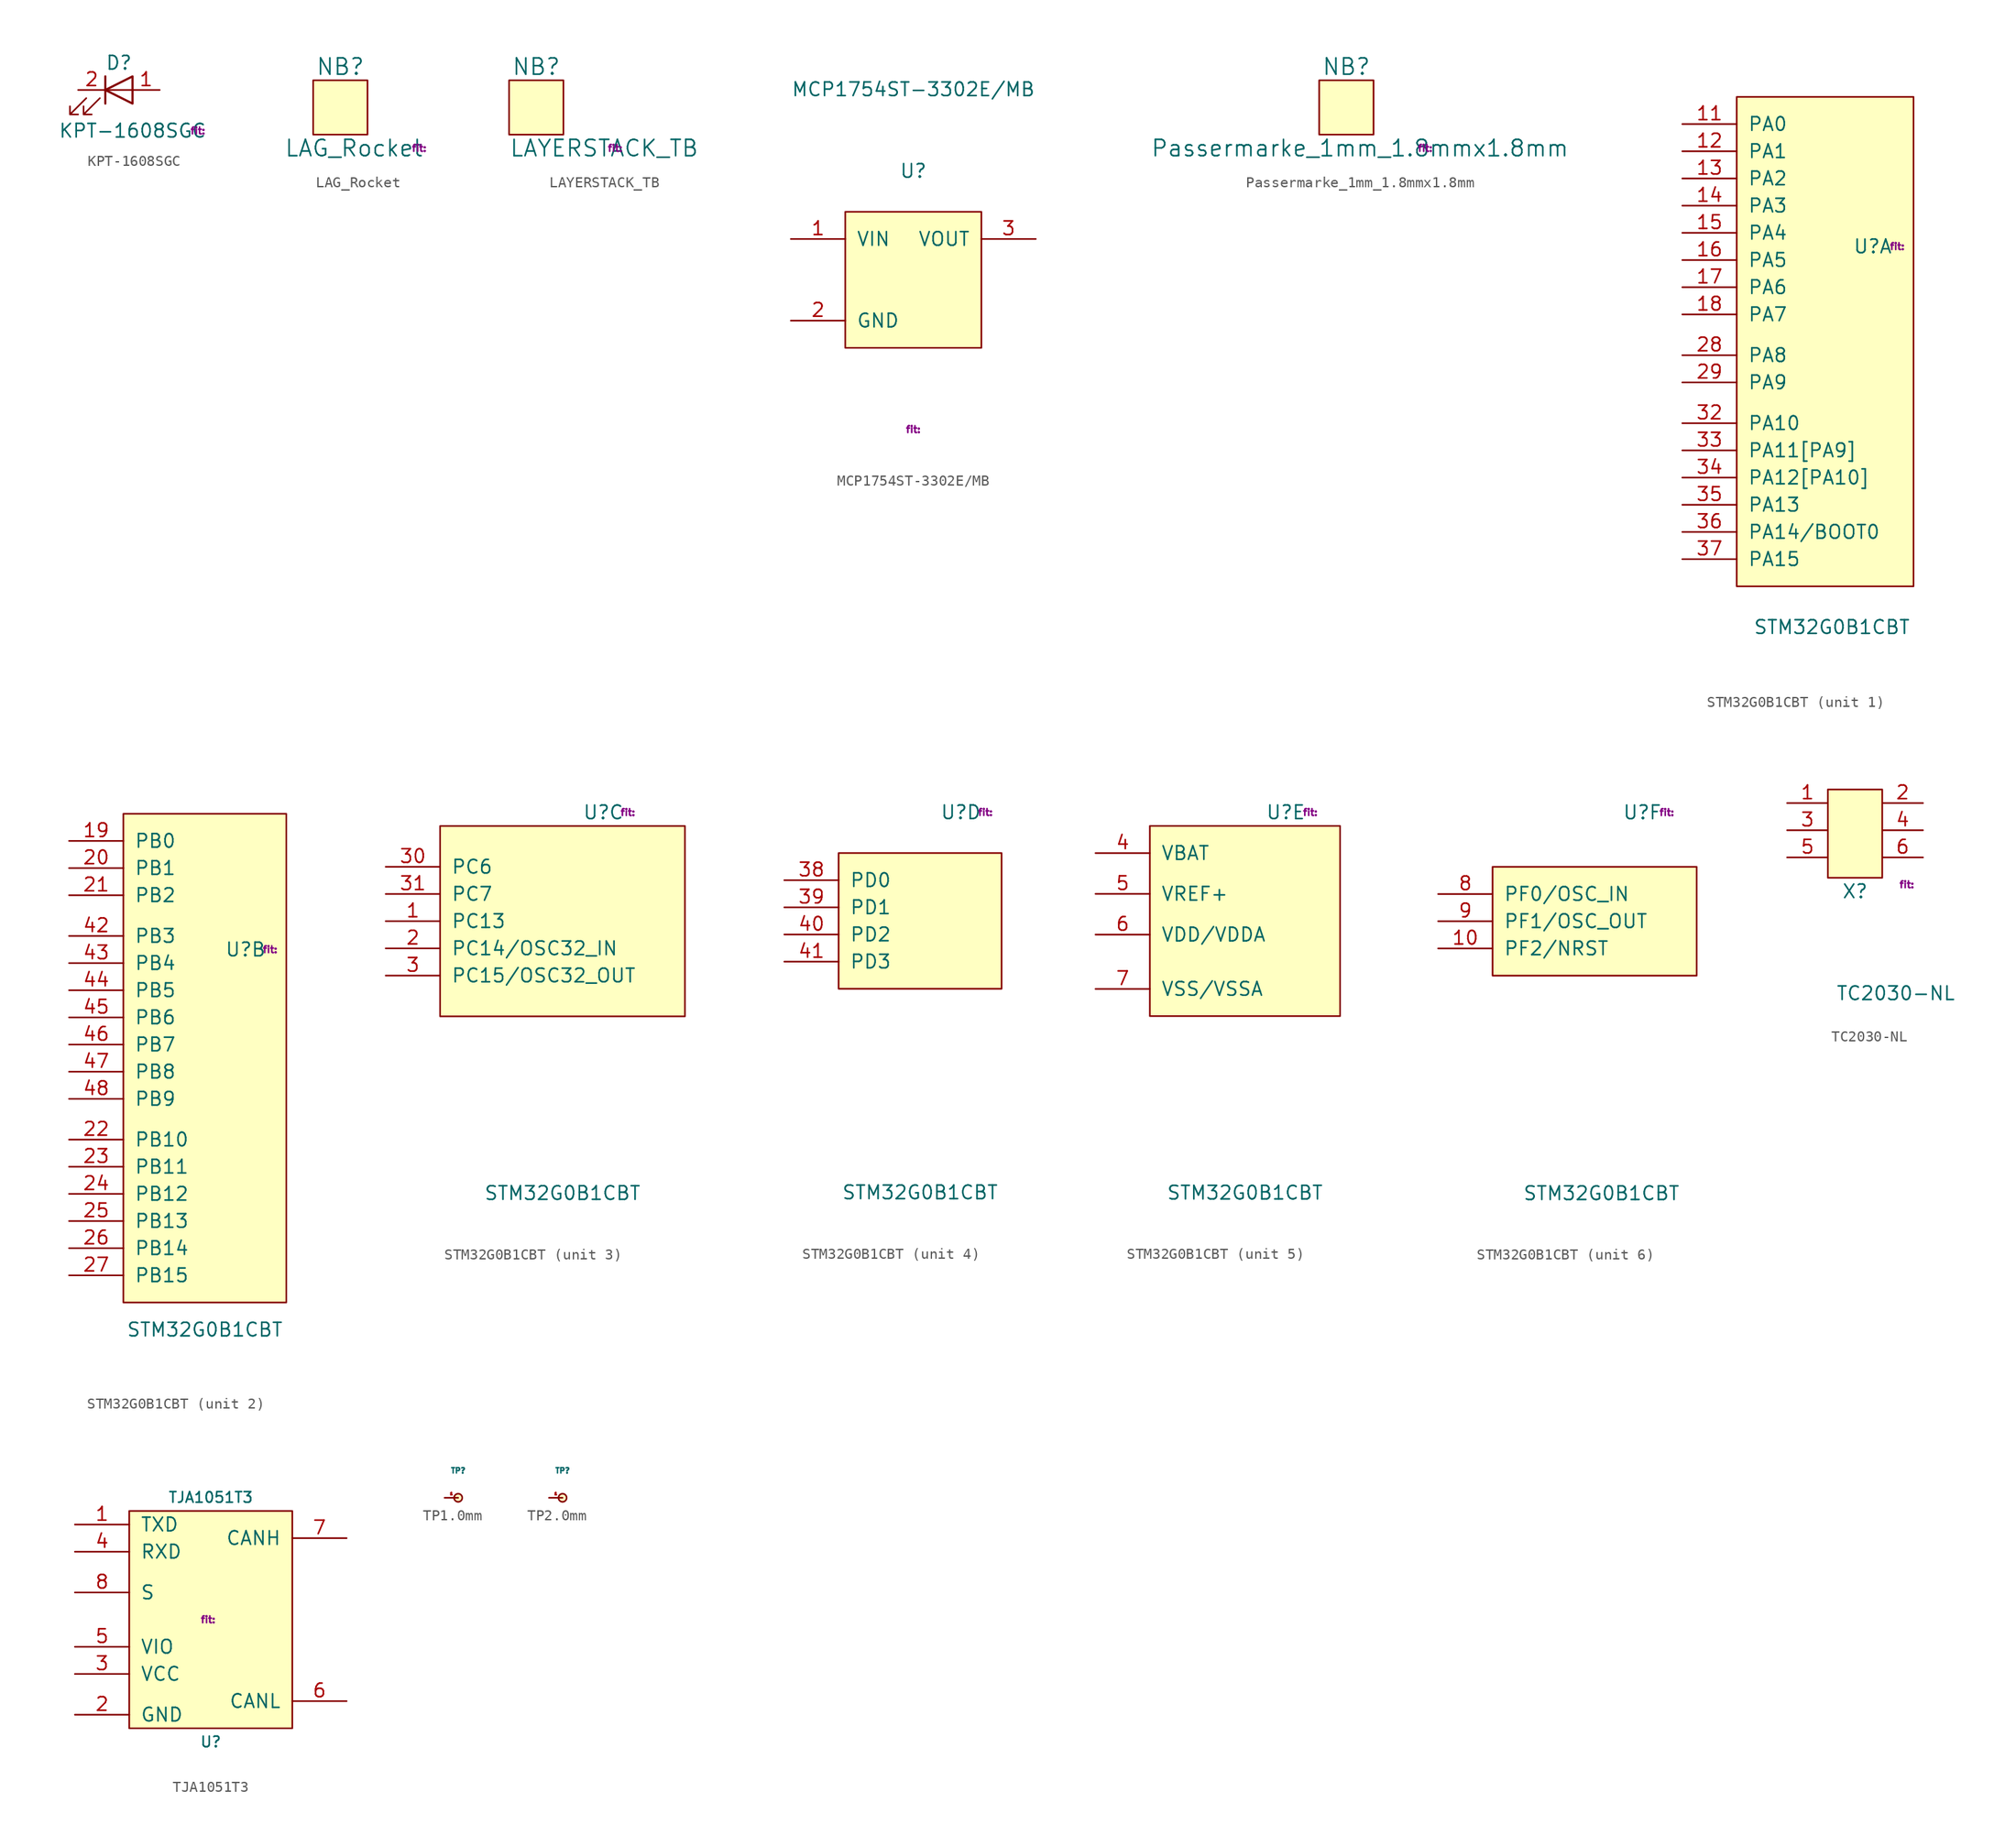
<source format=kicad_sym>
(kicad_symbol_lib
  (version 20220914)
  (generator kicad_symbol_editor)
  (symbol "KPT-1608SGC"
    (pin_names
      (offset 1.016) hide)
    (property "Reference" "D"
      (at 0 2.54 0)
      (effects (font (size 1.27 1.27))))
    (property "Value" "KPT-1608SGC"
      (at 1.27 -3.81 0)
      (effects (font (size 1.27 1.27))))
    (property "Fit" "fit: "
      (at 7.62 -3.81 0)
      (effects (font (size 0.635 0.635))))
    (symbol "KPT-1608SGC_0_1"
      (polyline (pts (xy -1.27 -1.27) (xy -1.27 1.27)) (stroke (width 0.203) (type default)) (fill (type none)))
      (polyline (pts (xy -1.27 0) (xy 1.27 0)) (stroke (width 0) (type default)) (fill (type none)))
      (polyline (pts (xy 1.27 -1.27) (xy 1.27 1.27) (xy -1.27 0) (xy 1.27 -1.27)) (stroke (width 0.203) (type default)) (fill (type none)))
      (polyline (pts (xy -3.048 -0.762) (xy -4.572 -2.286) (xy -3.81 -2.286) (xy -4.572 -2.286) (xy -4.572 -1.524)) (stroke (width 0) (type default)) (fill (type none)))
      (polyline (pts (xy -1.778 -0.762) (xy -3.302 -2.286) (xy -2.54 -2.286) (xy -3.302 -2.286) (xy -3.302 -1.524)) (stroke (width 0) (type default)) (fill (type none))))
    (symbol "KPT-1608SGC_1_1"
      (pin passive line (at 3.81 0 180) (length 2.54) (name "A" (effects (font (size 1.27 1.27)))) (number "1" (effects (font (size 1.27 1.27)))))
      (pin passive line (at -3.81 0 0) (length 2.54) (name "K" (effects (font (size 1.27 1.27)))) (number "2" (effects (font (size 1.27 1.27)))))))
  (symbol "LAG_Rocket"
    (pin_names
      (offset 1.016))
    (property "Reference" "NB"
      (at 0 3.81 0)
      (effects (font (size 1.524 1.524))))
    (property "Value" "LAG_Rocket"
      (at 1.27 -3.81 0)
      (effects (font (size 1.524 1.524))))
    (property "Fit" "fit: "
      (at 7.62 -3.81 0)
      (effects (font (size 0.635 0.635))))
    (symbol "LAG_Rocket_0_1"
      (rectangle (start -2.54 2.54) (end 2.54 -2.54) (stroke (width 0) (type default)) (fill (type background)))))
  (symbol "LAYERSTACK_TB"
    (pin_names
      (offset 1.016))
    (property "Reference" "NB"
      (at 0 3.81 0)
      (effects (font (size 1.524 1.524))))
    (property "Value" "LAYERSTACK_TB"
      (at 6.35 -3.81 0)
      (effects (font (size 1.524 1.524))))
    (property "Fit" "fit: "
      (at 7.62 -3.81 0)
      (effects (font (size 0.635 0.635))))
    (symbol "LAYERSTACK_TB_0_1"
      (rectangle (start -2.54 2.54) (end 2.54 -2.54) (stroke (width 0) (type default)) (fill (type background)))))
  (symbol "MCP1754ST-3302E/MB"
    (pin_names
      (offset 1.016))
    (property "Reference" "U"
      (at 0 10.16 0)
      (effects (font (size 1.27 1.27))))
    (property "Value" "MCP1754ST-3302E/MB"
      (at 0 17.78 0)
      (effects (font (size 1.27 1.27))))
    (property "Fit" "fit:"
      (at 0 -13.97 0)
      (effects (font (size 0.635 0.635))))
    (symbol "MCP1754ST-3302E/MB_0_1"
      (rectangle (start -6.35 6.35) (end 6.35 -6.35) (stroke (width 0) (type default)) (fill (type background))))
    (symbol "MCP1754ST-3302E/MB_1_1"
      (pin power_in line (at -11.43 3.81 0) (length 5.08) (name "VIN" (effects (font (size 1.27 1.27)))) (number "1" (effects (font (size 1.27 1.27)))))
      (pin power_in line (at -11.43 -3.81 0) (length 5.08) (name "GND" (effects (font (size 1.27 1.27)))) (number "2" (effects (font (size 1.27 1.27)))))
      (pin power_out line (at 11.43 3.81 180) (length 5.08) (name "VOUT" (effects (font (size 1.27 1.27)))) (number "3" (effects (font (size 1.27 1.27)))))))
  (symbol "Passermarke_1mm_1.8mmx1.8mm"
    (pin_names
      (offset 1.016))
    (property "Reference" "NB"
      (at 0 3.81 0)
      (effects (font (size 1.524 1.524))))
    (property "Value" "Passermarke_1mm_1.8mmx1.8mm"
      (at 1.27 -3.81 0)
      (effects (font (size 1.524 1.524))))
    (property "Fit" "fit: "
      (at 7.62 -3.81 0)
      (effects (font (size 0.635 0.635))))
    (symbol "Passermarke_1mm_1.8mmx1.8mm_0_1"
      (rectangle (start -2.54 2.54) (end 2.54 -2.54) (stroke (width 0) (type default)) (fill (type background)))))
  (symbol "STM32G0B1CBT"
    (pin_names
      (offset 1.016))
    (property "Reference" "U"
      (at 3.81 10.16 0)
      (effects (font (size 1.27 1.27))))
    (property "Value" "STM32G0B1CBT"
      (at 0 -25.4 0)
      (effects (font (size 1.27 1.27))))
    (property "Fit" "fit: "
      (at 6.35 10.16 0)
      (effects (font (size 0.635 0.635))))
    (property "ki_locked" ""
      (at 0 0 0)
      (effects (font (size 1.27 1.27))))
    (symbol "STM32G0B1CBT_1_1"
      (rectangle (start -8.89 24.13) (end 7.62 -21.59) (stroke (width 0) (type default)) (fill (type background)))
      (pin bidirectional line (at -13.97 21.59 0) (length 5.08) (name "PA0" (effects (font (size 1.27 1.27)))) (number "11" (effects (font (size 1.27 1.27)))))
      (pin bidirectional line (at -13.97 19.05 0) (length 5.08) (name "PA1" (effects (font (size 1.27 1.27)))) (number "12" (effects (font (size 1.27 1.27)))))
      (pin bidirectional line (at -13.97 16.51 0) (length 5.08) (name "PA2" (effects (font (size 1.27 1.27)))) (number "13" (effects (font (size 1.27 1.27)))))
      (pin bidirectional line (at -13.97 13.97 0) (length 5.08) (name "PA3" (effects (font (size 1.27 1.27)))) (number "14" (effects (font (size 1.27 1.27)))))
      (pin bidirectional line (at -13.97 11.43 0) (length 5.08) (name "PA4" (effects (font (size 1.27 1.27)))) (number "15" (effects (font (size 1.27 1.27)))))
      (pin bidirectional line (at -13.97 8.89 0) (length 5.08) (name "PA5" (effects (font (size 1.27 1.27)))) (number "16" (effects (font (size 1.27 1.27)))))
      (pin bidirectional line (at -13.97 6.35 0) (length 5.08) (name "PA6" (effects (font (size 1.27 1.27)))) (number "17" (effects (font (size 1.27 1.27)))))
      (pin bidirectional line (at -13.97 3.81 0) (length 5.08) (name "PA7" (effects (font (size 1.27 1.27)))) (number "18" (effects (font (size 1.27 1.27)))))
      (pin bidirectional line (at -13.97 0 0) (length 5.08) (name "PA8" (effects (font (size 1.27 1.27)))) (number "28" (effects (font (size 1.27 1.27)))))
      (pin bidirectional line (at -13.97 -2.54 0) (length 5.08) (name "PA9" (effects (font (size 1.27 1.27)))) (number "29" (effects (font (size 1.27 1.27)))))
      (pin bidirectional line (at -13.97 -6.35 0) (length 5.08) (name "PA10" (effects (font (size 1.27 1.27)))) (number "32" (effects (font (size 1.27 1.27)))))
      (pin bidirectional line (at -13.97 -8.89 0) (length 5.08) (name "PA11[PA9]" (effects (font (size 1.27 1.27)))) (number "33" (effects (font (size 1.27 1.27)))))
      (pin bidirectional line (at -13.97 -11.43 0) (length 5.08) (name "PA12[PA10]" (effects (font (size 1.27 1.27)))) (number "34" (effects (font (size 1.27 1.27)))))
      (pin bidirectional line (at -13.97 -13.97 0) (length 5.08) (name "PA13" (effects (font (size 1.27 1.27)))) (number "35" (effects (font (size 1.27 1.27)))))
      (pin bidirectional line (at -13.97 -16.51 0) (length 5.08) (name "PA14/BOOT0" (effects (font (size 1.27 1.27)))) (number "36" (effects (font (size 1.27 1.27)))))
      (pin bidirectional line (at -13.97 -19.05 0) (length 5.08) (name "PA15" (effects (font (size 1.27 1.27)))) (number "37" (effects (font (size 1.27 1.27))))))
    (symbol "STM32G0B1CBT_2_1"
      (rectangle (start -7.62 22.86) (end 7.62 -22.86) (stroke (width 0) (type default)) (fill (type background)))
      (pin bidirectional line (at -12.7 20.32 0) (length 5.08) (name "PB0" (effects (font (size 1.27 1.27)))) (number "19" (effects (font (size 1.27 1.27)))))
      (pin bidirectional line (at -12.7 17.78 0) (length 5.08) (name "PB1" (effects (font (size 1.27 1.27)))) (number "20" (effects (font (size 1.27 1.27)))))
      (pin bidirectional line (at -12.7 15.24 0) (length 5.08) (name "PB2" (effects (font (size 1.27 1.27)))) (number "21" (effects (font (size 1.27 1.27)))))
      (pin bidirectional line (at -12.7 -7.62 0) (length 5.08) (name "PB10" (effects (font (size 1.27 1.27)))) (number "22" (effects (font (size 1.27 1.27)))))
      (pin bidirectional line (at -12.7 -10.16 0) (length 5.08) (name "PB11" (effects (font (size 1.27 1.27)))) (number "23" (effects (font (size 1.27 1.27)))))
      (pin bidirectional line (at -12.7 -12.7 0) (length 5.08) (name "PB12" (effects (font (size 1.27 1.27)))) (number "24" (effects (font (size 1.27 1.27)))))
      (pin bidirectional line (at -12.7 -15.24 0) (length 5.08) (name "PB13" (effects (font (size 1.27 1.27)))) (number "25" (effects (font (size 1.27 1.27)))))
      (pin bidirectional line (at -12.7 -17.78 0) (length 5.08) (name "PB14" (effects (font (size 1.27 1.27)))) (number "26" (effects (font (size 1.27 1.27)))))
      (pin bidirectional line (at -12.7 -20.32 0) (length 5.08) (name "PB15" (effects (font (size 1.27 1.27)))) (number "27" (effects (font (size 1.27 1.27)))))
      (pin bidirectional line (at -12.7 11.43 0) (length 5.08) (name "PB3" (effects (font (size 1.27 1.27)))) (number "42" (effects (font (size 1.27 1.27)))))
      (pin bidirectional line (at -12.7 8.89 0) (length 5.08) (name "PB4" (effects (font (size 1.27 1.27)))) (number "43" (effects (font (size 1.27 1.27)))))
      (pin bidirectional line (at -12.7 6.35 0) (length 5.08) (name "PB5" (effects (font (size 1.27 1.27)))) (number "44" (effects (font (size 1.27 1.27)))))
      (pin bidirectional line (at -12.7 3.81 0) (length 5.08) (name "PB6" (effects (font (size 1.27 1.27)))) (number "45" (effects (font (size 1.27 1.27)))))
      (pin bidirectional line (at -12.7 1.27 0) (length 5.08) (name "PB7" (effects (font (size 1.27 1.27)))) (number "46" (effects (font (size 1.27 1.27)))))
      (pin bidirectional line (at -12.7 -1.27 0) (length 5.08) (name "PB8" (effects (font (size 1.27 1.27)))) (number "47" (effects (font (size 1.27 1.27)))))
      (pin bidirectional line (at -12.7 -3.81 0) (length 5.08) (name "PB9" (effects (font (size 1.27 1.27)))) (number "48" (effects (font (size 1.27 1.27))))))
    (symbol "STM32G0B1CBT_3_1"
      (rectangle (start -11.43 8.89) (end 11.43 -8.89) (stroke (width 0) (type default)) (fill (type background)))
      (pin bidirectional line (at -16.51 0 0) (length 5.08) (name "PC13" (effects (font (size 1.27 1.27)))) (number "1" (effects (font (size 1.27 1.27)))))
      (pin bidirectional line (at -16.51 -2.54 0) (length 5.08) (name "PC14/OSC32_IN" (effects (font (size 1.27 1.27)))) (number "2" (effects (font (size 1.27 1.27)))))
      (pin bidirectional line (at -16.51 -5.08 0) (length 5.08) (name "PC15/OSC32_OUT" (effects (font (size 1.27 1.27)))) (number "3" (effects (font (size 1.27 1.27)))))
      (pin bidirectional line (at -16.51 5.08 0) (length 5.08) (name "PC6" (effects (font (size 1.27 1.27)))) (number "30" (effects (font (size 1.27 1.27)))))
      (pin bidirectional line (at -16.51 2.54 0) (length 5.08) (name "PC7" (effects (font (size 1.27 1.27)))) (number "31" (effects (font (size 1.27 1.27))))))
    (symbol "STM32G0B1CBT_4_1"
      (rectangle (start -7.62 6.35) (end 7.62 -6.35) (stroke (width 0) (type default)) (fill (type background)))
      (pin bidirectional line (at -12.7 3.81 0) (length 5.08) (name "PD0" (effects (font (size 1.27 1.27)))) (number "38" (effects (font (size 1.27 1.27)))))
      (pin bidirectional line (at -12.7 1.27 0) (length 5.08) (name "PD1" (effects (font (size 1.27 1.27)))) (number "39" (effects (font (size 1.27 1.27)))))
      (pin bidirectional line (at -12.7 -1.27 0) (length 5.08) (name "PD2" (effects (font (size 1.27 1.27)))) (number "40" (effects (font (size 1.27 1.27)))))
      (pin bidirectional line (at -12.7 -3.81 0) (length 5.08) (name "PD3" (effects (font (size 1.27 1.27)))) (number "41" (effects (font (size 1.27 1.27))))))
    (symbol "STM32G0B1CBT_5_1"
      (rectangle (start -8.89 8.89) (end 8.89 -8.89) (stroke (width 0) (type default)) (fill (type background)))
      (pin power_in line (at -13.97 6.35 0) (length 5.08) (name "VBAT" (effects (font (size 1.27 1.27)))) (number "4" (effects (font (size 1.27 1.27)))))
      (pin power_in line (at -13.97 2.54 0) (length 5.08) (name "VREF+" (effects (font (size 1.27 1.27)))) (number "5" (effects (font (size 1.27 1.27)))))
      (pin power_in line (at -13.97 -1.27 0) (length 5.08) (name "VDD/VDDA" (effects (font (size 1.27 1.27)))) (number "6" (effects (font (size 1.27 1.27)))))
      (pin power_in line (at -13.97 -6.35 0) (length 5.08) (name "VSS/VSSA" (effects (font (size 1.27 1.27)))) (number "7" (effects (font (size 1.27 1.27))))))
    (symbol "STM32G0B1CBT_6_1"
      (rectangle (start -10.16 5.08) (end 8.89 -5.08) (stroke (width 0) (type default)) (fill (type background)))
      (pin bidirectional line (at -15.24 -2.54 0) (length 5.08) (name "PF2/NRST" (effects (font (size 1.27 1.27)))) (number "10" (effects (font (size 1.27 1.27)))))
      (pin bidirectional line (at -15.24 2.54 0) (length 5.08) (name "PF0/OSC_IN" (effects (font (size 1.27 1.27)))) (number "8" (effects (font (size 1.27 1.27)))))
      (pin bidirectional line (at -15.24 0 0) (length 5.08) (name "PF1/OSC_OUT" (effects (font (size 1.27 1.27)))) (number "9" (effects (font (size 1.27 1.27)))))))
  (symbol "TC2030-NL"
    (pin_names
      (offset 1.016) hide)
    (property "Reference" "X"
      (at 0 -5.715 0)
      (effects (font (size 1.27 1.27))))
    (property "Value" "TC2030-NL"
      (at 3.81 -15.24 0)
      (effects (font (size 1.27 1.27))))
    (property "Fit" "fit: "
      (at 5.08 -5.08 0)
      (effects (font (size 0.635 0.635))))
    (symbol "TC2030-NL_0_1"
      (rectangle (start -2.54 3.81) (end 2.54 -4.445) (stroke (width 0) (type default)) (fill (type background))))
    (symbol "TC2030-NL_1_1"
      (pin passive line (at -6.35 2.54 0) (length 3.81) (name "P1" (effects (font (size 1.27 1.27)))) (number "1" (effects (font (size 1.27 1.27)))))
      (pin passive line (at 6.35 2.54 180) (length 3.81) (name "P2" (effects (font (size 1.27 1.27)))) (number "2" (effects (font (size 1.27 1.27)))))
      (pin passive line (at -6.35 0 0) (length 3.81) (name "P3" (effects (font (size 1.27 1.27)))) (number "3" (effects (font (size 1.27 1.27)))))
      (pin passive line (at 6.35 0 180) (length 3.81) (name "P4" (effects (font (size 1.27 1.27)))) (number "4" (effects (font (size 1.27 1.27)))))
      (pin passive line (at -6.35 -2.54 0) (length 3.81) (name "P4" (effects (font (size 1.27 1.27)))) (number "5" (effects (font (size 1.27 1.27)))))
      (pin passive line (at 6.35 -2.54 180) (length 3.81) (name "P4" (effects (font (size 1.27 1.27)))) (number "6" (effects (font (size 1.27 1.27)))))))
  (symbol "TJA1051T3"
    (pin_names
      (offset 1.016))
    (property "Reference" "U"
      (at 0 -11.43 0)
      (effects (font (size 0.991 0.991))))
    (property "Value" "TJA1051T3"
      (at 0 11.43 0)
      (effects (font (size 0.991 0.991))))
    (property "Fit" "fit: "
      (at 0 0 0)
      (effects (font (size 0.635 0.635))))
    (symbol "TJA1051T3_0_1"
      (rectangle (start -7.62 10.16) (end 7.62 -10.16) (stroke (width 0) (type default)) (fill (type background))))
    (symbol "TJA1051T3_1_1"
      (pin input line (at -12.7 8.89 0) (length 5.08) (name "TXD" (effects (font (size 1.27 1.27)))) (number "1" (effects (font (size 1.27 1.27)))))
      (pin power_in line (at -12.7 -8.89 0) (length 5.08) (name "GND" (effects (font (size 1.27 1.27)))) (number "2" (effects (font (size 1.27 1.27)))))
      (pin power_in line (at -12.7 -5.08 0) (length 5.08) (name "VCC" (effects (font (size 1.27 1.27)))) (number "3" (effects (font (size 1.27 1.27)))))
      (pin output line (at -12.7 6.35 0) (length 5.08) (name "RXD" (effects (font (size 1.27 1.27)))) (number "4" (effects (font (size 1.27 1.27)))))
      (pin power_in line (at -12.7 -2.54 0) (length 5.08) (name "VIO" (effects (font (size 1.27 1.27)))) (number "5" (effects (font (size 1.27 1.27)))))
      (pin open_collector line (at 12.7 -7.62 180) (length 5.08) (name "CANL" (effects (font (size 1.27 1.27)))) (number "6" (effects (font (size 1.27 1.27)))))
      (pin open_emitter line (at 12.7 7.62 180) (length 5.08) (name "CANH" (effects (font (size 1.27 1.27)))) (number "7" (effects (font (size 1.27 1.27)))))
      (pin input line (at -12.7 2.54 0) (length 5.08) (name "S" (effects (font (size 1.27 1.27)))) (number "8" (effects (font (size 1.27 1.27)))))))
  (symbol "TP1.0mm"
    (pin_names
      (offset 1.016))
    (property "Reference" "TP"
      (at 1.27 2.54 0)
      (effects (font (size 0.508 0.508))))
    (symbol "TP1.0mm_0_1"
      (circle (center 1.27 0) (radius 0.381) (stroke (width 0) (type default)) (fill (type background))))
    (symbol "TP1.0mm_1_1"
      (pin passive line (at 0 0 0) (length 1.27) (name "~" (effects (font (size 0.203 0.203)))) (number "1" (effects (font (size 0.203 0.203)))))))
  (symbol "TP2.0mm"
    (pin_names
      (offset 1.016))
    (property "Reference" "TP"
      (at 1.27 2.54 0)
      (effects (font (size 0.508 0.508))))
    (symbol "TP2.0mm_0_1"
      (circle (center 1.27 0) (radius 0.381) (stroke (width 0) (type default)) (fill (type background))))
    (symbol "TP2.0mm_1_1"
      (pin passive line (at 0 0 0) (length 1.27) (name "~" (effects (font (size 0.203 0.203)))) (number "1" (effects (font (size 0.203 0.203))))))))
</source>
